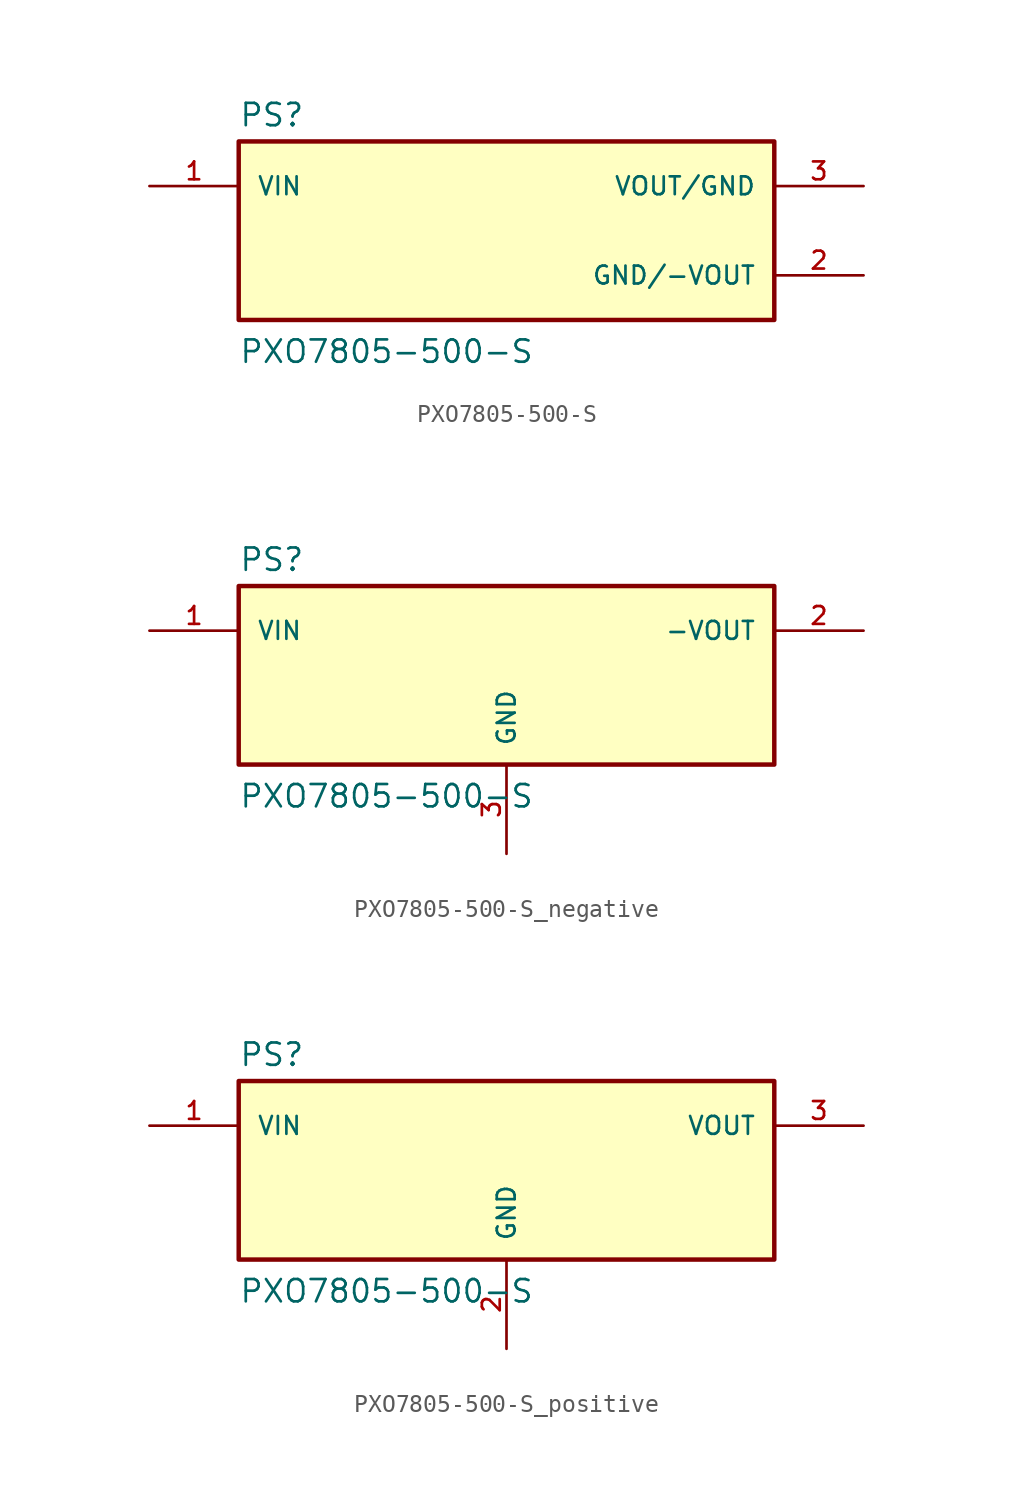
<source format=kicad_sym>
(kicad_symbol_lib
  (version 20220914)
  (generator kicad_symbol_editor)
  (symbol "PXO7805-500-S"
    (pin_names
      (offset 1.016))
    (property "Reference" "PS"
      (at -15.24 5.842 0)
      (effects (font (size 1.27 1.27)) (justify left bottom)))
    (property "Value" "PXO7805-500-S"
      (at -15.24 -7.62 0)
      (effects (font (size 1.27 1.27)) (justify left bottom)))
    (symbol "PXO7805-500-S_0_0"
      (rectangle (start -15.24 -5.08) (end 15.24 5.08) (stroke (width 0.254) (type default)) (fill (type background)))
      (pin input line (at -20.32 2.54 0) (length 5.08) (name "VIN" (effects (font (size 1.016 1.016)))) (number "1" (effects (font (size 1.016 1.016)))))
      (pin power_in line (at 20.32 -2.54 180) (length 5.08) (name "GND/-VOUT" (effects (font (size 1.016 1.016)))) (number "2" (effects (font (size 1.016 1.016)))))
      (pin power_in line (at 20.32 2.54 180) (length 5.08) (name "VOUT/GND" (effects (font (size 1.016 1.016)))) (number "3" (effects (font (size 1.016 1.016)))))))
  (symbol "PXO7805-500-S_negative"
    (pin_names
      (offset 1.016))
    (property "Reference" "PS"
      (at -15.24 5.842 0)
      (effects (font (size 1.27 1.27)) (justify left bottom)))
    (property "Value" "PXO7805-500-S"
      (at -15.24 -7.62 0)
      (effects (font (size 1.27 1.27)) (justify left bottom)))
    (symbol "PXO7805-500-S_negative_0_0"
      (rectangle (start -15.24 -5.08) (end 15.24 5.08) (stroke (width 0.254) (type default)) (fill (type background)))
      (pin input line (at -20.32 2.54 0) (length 5.08) (name "VIN" (effects (font (size 1.016 1.016)))) (number "1" (effects (font (size 1.016 1.016))))))
    (symbol "PXO7805-500-S_negative_1_0"
      (pin power_in line (at 20.32 2.54 180) (length 5.08) (name "-VOUT" (effects (font (size 1.016 1.016)))) (number "2" (effects (font (size 1.016 1.016)))))
      (pin power_in line (at 0 -10.16 90) (length 5.08) (name "GND" (effects (font (size 1.016 1.016)))) (number "3" (effects (font (size 1.016 1.016)))))))
  (symbol "PXO7805-500-S_positive"
    (pin_names
      (offset 1.016))
    (property "Reference" "PS"
      (at -15.24 5.842 0)
      (effects (font (size 1.27 1.27)) (justify left bottom)))
    (property "Value" "PXO7805-500-S"
      (at -15.24 -7.62 0)
      (effects (font (size 1.27 1.27)) (justify left bottom)))
    (symbol "PXO7805-500-S_positive_0_0"
      (rectangle (start -15.24 -5.08) (end 15.24 5.08) (stroke (width 0.254) (type default)) (fill (type background)))
      (pin input line (at -20.32 2.54 0) (length 5.08) (name "VIN" (effects (font (size 1.016 1.016)))) (number "1" (effects (font (size 1.016 1.016))))))
    (symbol "PXO7805-500-S_positive_1_0"
      (pin power_in line (at 0 -10.16 90) (length 5.08) (name "GND" (effects (font (size 1.016 1.016)))) (number "2" (effects (font (size 1.016 1.016)))))
      (pin power_in line (at 20.32 2.54 180) (length 5.08) (name "VOUT" (effects (font (size 1.016 1.016)))) (number "3" (effects (font (size 1.016 1.016))))))))
</source>
